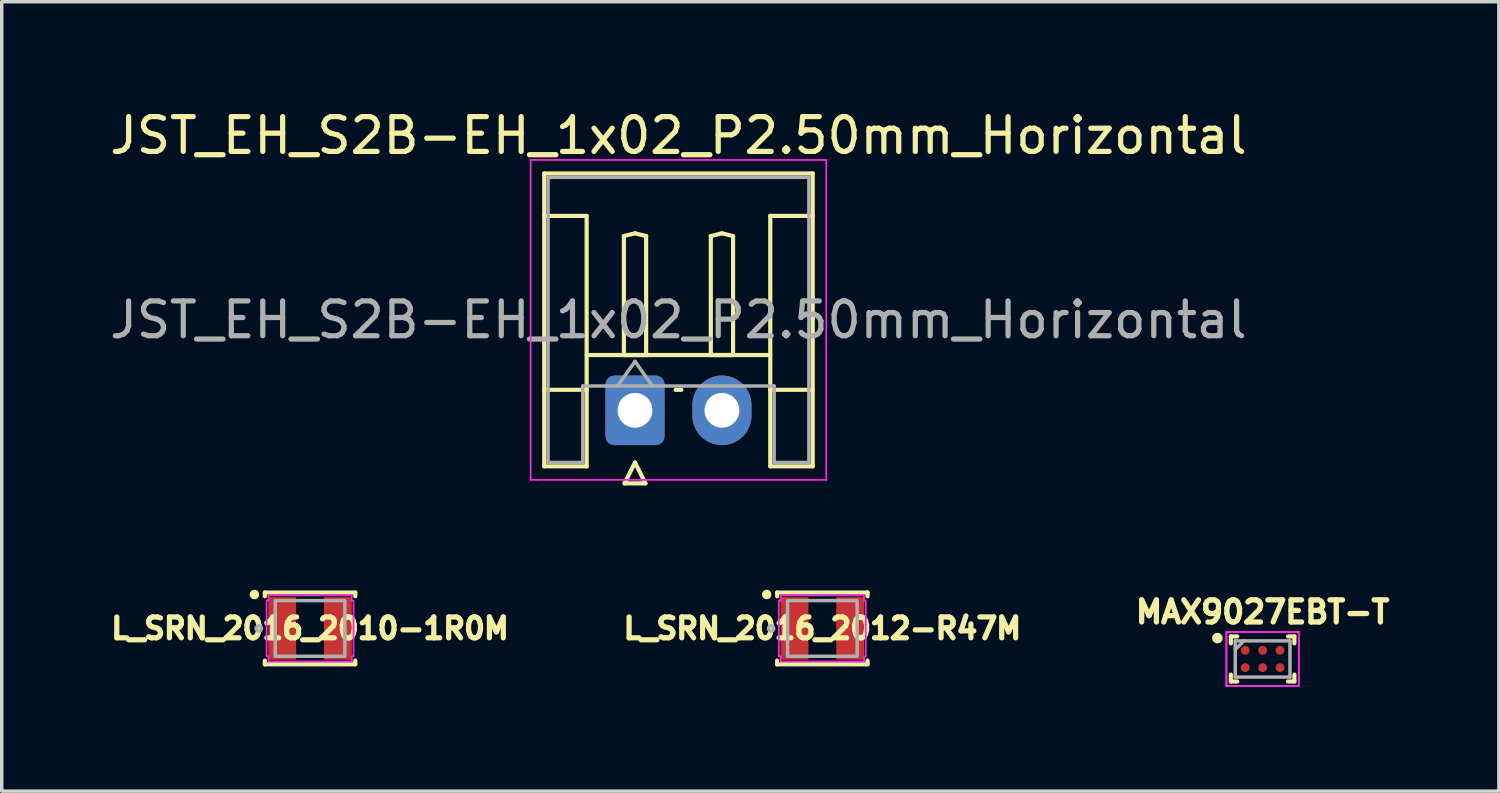
<source format=kicad_pcb>
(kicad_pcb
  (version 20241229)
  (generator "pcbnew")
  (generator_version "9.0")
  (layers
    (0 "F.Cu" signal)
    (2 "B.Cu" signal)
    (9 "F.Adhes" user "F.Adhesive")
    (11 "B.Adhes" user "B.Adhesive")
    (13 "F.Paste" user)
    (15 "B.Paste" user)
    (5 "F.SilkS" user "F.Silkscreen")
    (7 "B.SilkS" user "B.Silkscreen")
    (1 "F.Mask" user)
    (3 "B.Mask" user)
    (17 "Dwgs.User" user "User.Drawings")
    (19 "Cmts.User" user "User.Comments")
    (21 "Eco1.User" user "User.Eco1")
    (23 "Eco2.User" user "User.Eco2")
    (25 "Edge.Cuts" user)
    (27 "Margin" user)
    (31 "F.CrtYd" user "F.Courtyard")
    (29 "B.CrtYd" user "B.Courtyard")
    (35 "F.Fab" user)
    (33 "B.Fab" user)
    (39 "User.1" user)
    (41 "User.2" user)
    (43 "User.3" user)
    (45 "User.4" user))
  (footprint "JST_EH_S2B-EH_1x02_P2.50mm_Horizontal"
    (layer "F.Cu")
    (at 15.208 8.748)
    (property "Reference" "JST_EH_S2B-EH_1x02_P2.50mm_Horizontal" (at 1.25 -7.9 0) (layer "F.SilkS") (effects (font (size 1 1) (thickness 0.15))))
    (attr through_hole)
    (fp_line (start -2.61 -6.81) (end 5.11 -6.81) (stroke (width 0.12) (type solid)) (layer "F.SilkS"))
    (fp_line (start -2.61 -5.59) (end -1.39 -5.59) (stroke (width 0.12) (type solid)) (layer "F.SilkS"))
    (fp_line (start -2.61 1.61) (end -2.61 -6.81) (stroke (width 0.12) (type solid)) (layer "F.SilkS"))
    (fp_line (start -1.39 -5.59) (end -1.39 -0.59) (stroke (width 0.12) (type solid)) (layer "F.SilkS"))
    (fp_line (start -1.39 -1.59) (end 3.89 -1.59) (stroke (width 0.12) (type solid)) (layer "F.SilkS"))
    (fp_line (start -1.39 -0.59) (end -2.61 -0.59) (stroke (width 0.12) (type solid)) (layer "F.SilkS"))
    (fp_line (start -1.39 -0.59) (end -1.39 1.61) (stroke (width 0.12) (type solid)) (layer "F.SilkS"))
    (fp_line (start -1.39 1.61) (end -2.61 1.61) (stroke (width 0.12) (type solid)) (layer "F.SilkS"))
    (fp_line (start -0.32 -5.01) (end 0 -5.09) (stroke (width 0.12) (type solid)) (layer "F.SilkS"))
    (fp_line (start -0.32 -1.59) (end -0.32 -5.01) (stroke (width 0.12) (type solid)) (layer "F.SilkS"))
    (fp_line (start -0.3 2.1) (end 0.3 2.1) (stroke (width 0.12) (type solid)) (layer "F.SilkS"))
    (fp_line (start 0 -5.09) (end 0.32 -5.01) (stroke (width 0.12) (type solid)) (layer "F.SilkS"))
    (fp_line (start 0 -1.59) (end -0.32 -1.59) (stroke (width 0.12) (type solid)) (layer "F.SilkS"))
    (fp_line (start 0 1.5) (end -0.3 2.1) (stroke (width 0.12) (type solid)) (layer "F.SilkS"))
    (fp_line (start 0.3 2.1) (end 0 1.5) (stroke (width 0.12) (type solid)) (layer "F.SilkS"))
    (fp_line (start 0.32 -5.01) (end 0.32 -1.59) (stroke (width 0.12) (type solid)) (layer "F.SilkS"))
    (fp_line (start 0.32 -1.59) (end 0 -1.59) (stroke (width 0.12) (type solid)) (layer "F.SilkS"))
    (fp_line (start 1.17 -0.59) (end 1.33 -0.59) (stroke (width 0.12) (type solid)) (layer "F.SilkS"))
    (fp_line (start 2.18 -5.01) (end 2.5 -5.09) (stroke (width 0.12) (type solid)) (layer "F.SilkS"))
    (fp_line (start 2.18 -1.59) (end 2.18 -5.01) (stroke (width 0.12) (type solid)) (layer "F.SilkS"))
    (fp_line (start 2.5 -5.09) (end 2.82 -5.01) (stroke (width 0.12) (type solid)) (layer "F.SilkS"))
    (fp_line (start 2.5 -1.59) (end 2.18 -1.59) (stroke (width 0.12) (type solid)) (layer "F.SilkS"))
    (fp_line (start 2.82 -5.01) (end 2.82 -1.59) (stroke (width 0.12) (type solid)) (layer "F.SilkS"))
    (fp_line (start 2.82 -1.59) (end 2.5 -1.59) (stroke (width 0.12) (type solid)) (layer "F.SilkS"))
    (fp_line (start 3.89 -5.59) (end 3.89 -0.59) (stroke (width 0.12) (type solid)) (layer "F.SilkS"))
    (fp_line (start 3.89 -0.59) (end 5.11 -0.59) (stroke (width 0.12) (type solid)) (layer "F.SilkS"))
    (fp_line (start 3.89 1.61) (end 3.89 -0.59) (stroke (width 0.12) (type solid)) (layer "F.SilkS"))
    (fp_line (start 5.11 -6.81) (end 5.11 1.61) (stroke (width 0.12) (type solid)) (layer "F.SilkS"))
    (fp_line (start 5.11 -5.59) (end 3.89 -5.59) (stroke (width 0.12) (type solid)) (layer "F.SilkS"))
    (fp_line (start 5.11 1.61) (end 3.89 1.61) (stroke (width 0.12) (type solid)) (layer "F.SilkS"))
    (fp_line (start -3 -7.2) (end -3 2) (stroke (width 0.05) (type solid)) (layer "F.CrtYd"))
    (fp_line (start -3 2) (end 5.5 2) (stroke (width 0.05) (type solid)) (layer "F.CrtYd"))
    (fp_line (start 5.5 -7.2) (end -3 -7.2) (stroke (width 0.05) (type solid)) (layer "F.CrtYd"))
    (fp_line (start 5.5 2) (end 5.5 -7.2) (stroke (width 0.05) (type solid)) (layer "F.CrtYd"))
    (fp_line (start -2.5 -6.7) (end 5 -6.7) (stroke (width 0.1) (type solid)) (layer "F.Fab"))
    (fp_line (start -2.5 1.5) (end -2.5 -6.7) (stroke (width 0.1) (type solid)) (layer "F.Fab"))
    (fp_line (start -1.5 -0.7) (end -1.5 1.5) (stroke (width 0.1) (type solid)) (layer "F.Fab"))
    (fp_line (start -1.5 1.5) (end -2.5 1.5) (stroke (width 0.1) (type solid)) (layer "F.Fab"))
    (fp_line (start -0.5 -0.7) (end 0 -1.407) (stroke (width 0.1) (type solid)) (layer "F.Fab"))
    (fp_line (start 0 -1.407) (end 0.5 -0.7) (stroke (width 0.1) (type solid)) (layer "F.Fab"))
    (fp_line (start 4 -0.7) (end -1.5 -0.7) (stroke (width 0.1) (type solid)) (layer "F.Fab"))
    (fp_line (start 4 1.5) (end 4 -0.7) (stroke (width 0.1) (type solid)) (layer "F.Fab"))
    (fp_line (start 5 -6.7) (end 5 1.5) (stroke (width 0.1) (type solid)) (layer "F.Fab"))
    (fp_line (start 5 1.5) (end 4 1.5) (stroke (width 0.1) (type solid)) (layer "F.Fab"))
    (fp_text user "${REFERENCE}" (at 1.25 -2.6 0) (layer "F.Fab") (effects (font (size 1 1) (thickness 0.15))))
    (pad "1" thru_hole roundrect (at 0 0) (size 1.7 2) (drill 1) (layers "*.Cu" "*.Mask") (roundrect_rratio 0.147))
    (pad "2" thru_hole oval (at 2.5 0) (size 1.7 2) (drill 1) (layers "*.Cu" "*.Mask")))
  (footprint "L_SRN_2016_2010-1R0M"
    (layer "F.Cu")
    (at 5.865 15.019)
    (property "Reference" "L_SRN_2016_2010-1R0M" (at 0 0 0) (layer "F.SilkS") (effects (font (size 0.6 0.6) (thickness 0.15))))
    (attr smd)
    (fp_line (start -1.3 -0.925) (end -1.3 -1.032) (stroke (width 0.12) (type solid)) (layer "F.SilkS"))
    (fp_line (start -1.3 0.925) (end -1.3 1.032) (stroke (width 0.12) (type solid)) (layer "F.SilkS"))
    (fp_line (start -1.3 1.032) (end 1.3 1.032) (stroke (width 0.12) (type solid)) (layer "F.SilkS"))
    (fp_line (start 1.3 -1.032) (end -1.3 -1.032) (stroke (width 0.12) (type solid)) (layer "F.SilkS"))
    (fp_line (start 1.3 -0.925) (end 1.3 -1.032) (stroke (width 0.12) (type solid)) (layer "F.SilkS"))
    (fp_line (start 1.3 0.925) (end 1.3 1.032) (stroke (width 0.12) (type solid)) (layer "F.SilkS"))
    (fp_circle (center -1.6 -0.975) (end -1.524 -0.975) (stroke (width 0.12) (type solid)) (fill yes) (layer "F.SilkS"))
    (fp_poly (pts (xy -1.2 -0.8) (xy -1.25 -0.8) (xy -1.25 0.8) (xy -1.2 0.8) (xy -1.2 0.95) (xy 1.2 0.95) (xy 1.2 0.8) (xy 1.25 0.8) (xy 1.25 -0.8) (xy 1.2 -0.8) (xy 1.2 -0.95) (xy -1.2 -0.95)) (stroke (width 0.05) (type solid)) (fill no) (layer "F.CrtYd"))
    (fp_rect (start -1 -0.8) (end 1 0.8) (stroke (width 0.1) (type solid)) (fill no) (layer "F.Fab"))
    (fp_circle (center -1.473 0) (end -1.397 0) (stroke (width 0.1) (type solid)) (fill no) (layer "F.Fab"))
    (pad "1" smd rect (at -0.8 0) (size 0.8 1.8) (layers "F.Cu" "F.Mask" "F.Paste"))
    (pad "2" smd rect (at 0.8 0) (size 0.8 1.8) (layers "F.Cu" "F.Mask" "F.Paste")))
  (footprint "L_SRN_2016_2012-R47M"
    (layer "F.Cu")
    (at 20.595 15.019)
    (property "Reference" "L_SRN_2016_2012-R47M" (at 0 0 0) (layer "F.SilkS") (effects (font (size 0.6 0.6) (thickness 0.15))))
    (attr smd)
    (fp_line (start -1.3 -0.925) (end -1.3 -1.032) (stroke (width 0.12) (type solid)) (layer "F.SilkS"))
    (fp_line (start -1.3 0.925) (end -1.3 1.032) (stroke (width 0.12) (type solid)) (layer "F.SilkS"))
    (fp_line (start -1.3 1.032) (end 1.3 1.032) (stroke (width 0.12) (type solid)) (layer "F.SilkS"))
    (fp_line (start 1.3 -1.032) (end -1.3 -1.032) (stroke (width 0.12) (type solid)) (layer "F.SilkS"))
    (fp_line (start 1.3 -0.925) (end 1.3 -1.032) (stroke (width 0.12) (type solid)) (layer "F.SilkS"))
    (fp_line (start 1.3 0.925) (end 1.3 1.032) (stroke (width 0.12) (type solid)) (layer "F.SilkS"))
    (fp_circle (center -1.6 -0.975) (end -1.524 -0.975) (stroke (width 0.12) (type solid)) (fill yes) (layer "F.SilkS"))
    (fp_poly (pts (xy -1.2 -0.8) (xy -1.25 -0.8) (xy -1.25 0.8) (xy -1.2 0.8) (xy -1.2 0.95) (xy 1.2 0.95) (xy 1.2 0.8) (xy 1.25 0.8) (xy 1.25 -0.8) (xy 1.2 -0.8) (xy 1.2 -0.95) (xy -1.2 -0.95)) (stroke (width 0.05) (type solid)) (fill no) (layer "F.CrtYd"))
    (fp_rect (start -1 -0.8) (end 1 0.8) (stroke (width 0.1) (type solid)) (fill no) (layer "F.Fab"))
    (fp_circle (center -1.473 0) (end -1.397 0) (stroke (width 0.1) (type solid)) (fill no) (layer "F.Fab"))
    (pad "1" smd rect (at -0.8 0) (size 0.8 1.8) (layers "F.Cu" "F.Mask" "F.Paste"))
    (pad "2" smd rect (at 0.8 0) (size 0.8 1.8) (layers "F.Cu" "F.Mask" "F.Paste")))
  (footprint "MAX9027EBT-T"
    (layer "F.Cu")
    (at 33.254 15.897)
    (property "Reference" "MAX9027EBT-T" (at 0 -1.35 0) (layer "F.SilkS") (effects (font (size 0.635 0.635) (thickness 0.152))))
    (attr smd)
    (fp_line (start -0.914 -0.648) (end -0.914 -0.449) (stroke (width 0.12) (type solid)) (layer "F.SilkS"))
    (fp_line (start -0.914 0.449) (end -0.914 0.648) (stroke (width 0.12) (type solid)) (layer "F.SilkS"))
    (fp_line (start -0.914 0.648) (end -0.731 0.648) (stroke (width 0.12) (type solid)) (layer "F.SilkS"))
    (fp_line (start -0.731 -0.648) (end -0.914 -0.648) (stroke (width 0.12) (type solid)) (layer "F.SilkS"))
    (fp_line (start 0.731 0.648) (end 0.914 0.648) (stroke (width 0.12) (type solid)) (layer "F.SilkS"))
    (fp_line (start 0.914 -0.648) (end 0.731 -0.648) (stroke (width 0.12) (type solid)) (layer "F.SilkS"))
    (fp_line (start 0.914 -0.449) (end 0.914 -0.648) (stroke (width 0.12) (type solid)) (layer "F.SilkS"))
    (fp_line (start 0.914 0.648) (end 0.914 0.449) (stroke (width 0.12) (type solid)) (layer "F.SilkS"))
    (fp_circle (center -1.3 -0.6) (end -1.148 -0.6) (stroke (width 0) (type solid)) (fill yes) (layer "F.SilkS"))
    (fp_line (start -1.041 -0.775) (end 1.041 -0.775) (stroke (width 0.05) (type solid)) (layer "F.CrtYd"))
    (fp_line (start -1.041 -0.775) (end 1.041 -0.775) (stroke (width 0.05) (type solid)) (layer "F.CrtYd"))
    (fp_line (start -1.041 0.775) (end -1.041 -0.775) (stroke (width 0.05) (type solid)) (layer "F.CrtYd"))
    (fp_line (start -1.041 0.775) (end -1.041 -0.775) (stroke (width 0.05) (type solid)) (layer "F.CrtYd"))
    (fp_line (start 1.041 -0.775) (end 1.041 0.775) (stroke (width 0.05) (type solid)) (layer "F.CrtYd"))
    (fp_line (start 1.041 -0.775) (end 1.041 0.775) (stroke (width 0.05) (type solid)) (layer "F.CrtYd"))
    (fp_line (start 1.041 0.775) (end -1.041 0.775) (stroke (width 0.05) (type solid)) (layer "F.CrtYd"))
    (fp_line (start 1.041 0.775) (end -1.041 0.775) (stroke (width 0.05) (type solid)) (layer "F.CrtYd"))
    (fp_line (start -0.787 -0.521) (end -0.787 0.521) (stroke (width 0.1) (type solid)) (layer "F.Fab"))
    (fp_line (start -0.787 0.521) (end 0.787 0.521) (stroke (width 0.1) (type solid)) (layer "F.Fab"))
    (fp_line (start -0.537 -0.521) (end -0.787 -0.271) (stroke (width 0.1) (type solid)) (layer "F.Fab"))
    (fp_line (start 0.787 -0.521) (end -0.787 -0.521) (stroke (width 0.1) (type solid)) (layer "F.Fab"))
    (fp_line (start 0.787 0.521) (end 0.787 -0.521) (stroke (width 0.1) (type solid)) (layer "F.Fab"))
    (pad "A1" smd circle (at -0.5 -0.25) (size 0.254 0.254) (layers "F.Cu" "F.Mask" "F.Paste"))
    (pad "A2" smd circle (at 0 -0.25) (size 0.254 0.254) (layers "F.Cu" "F.Mask" "F.Paste"))
    (pad "A3" smd circle (at 0.5 -0.25) (size 0.254 0.254) (layers "F.Cu" "F.Mask" "F.Paste"))
    (pad "B1" smd circle (at -0.5 0.25) (size 0.254 0.254) (layers "F.Cu" "F.Mask" "F.Paste"))
    (pad "B2" smd circle (at 0 0.25) (size 0.254 0.254) (layers "F.Cu" "F.Mask" "F.Paste"))
    (pad "B3" smd circle (at 0.5 0.25) (size 0.254 0.254) (layers "F.Cu" "F.Mask" "F.Paste")))
  (gr_rect
    (start -3 -3)
    (end 40.047 19.697)
    (stroke (width 0.1) (type default))
    (fill no)
    (layer "Edge.Cuts")))
</source>
